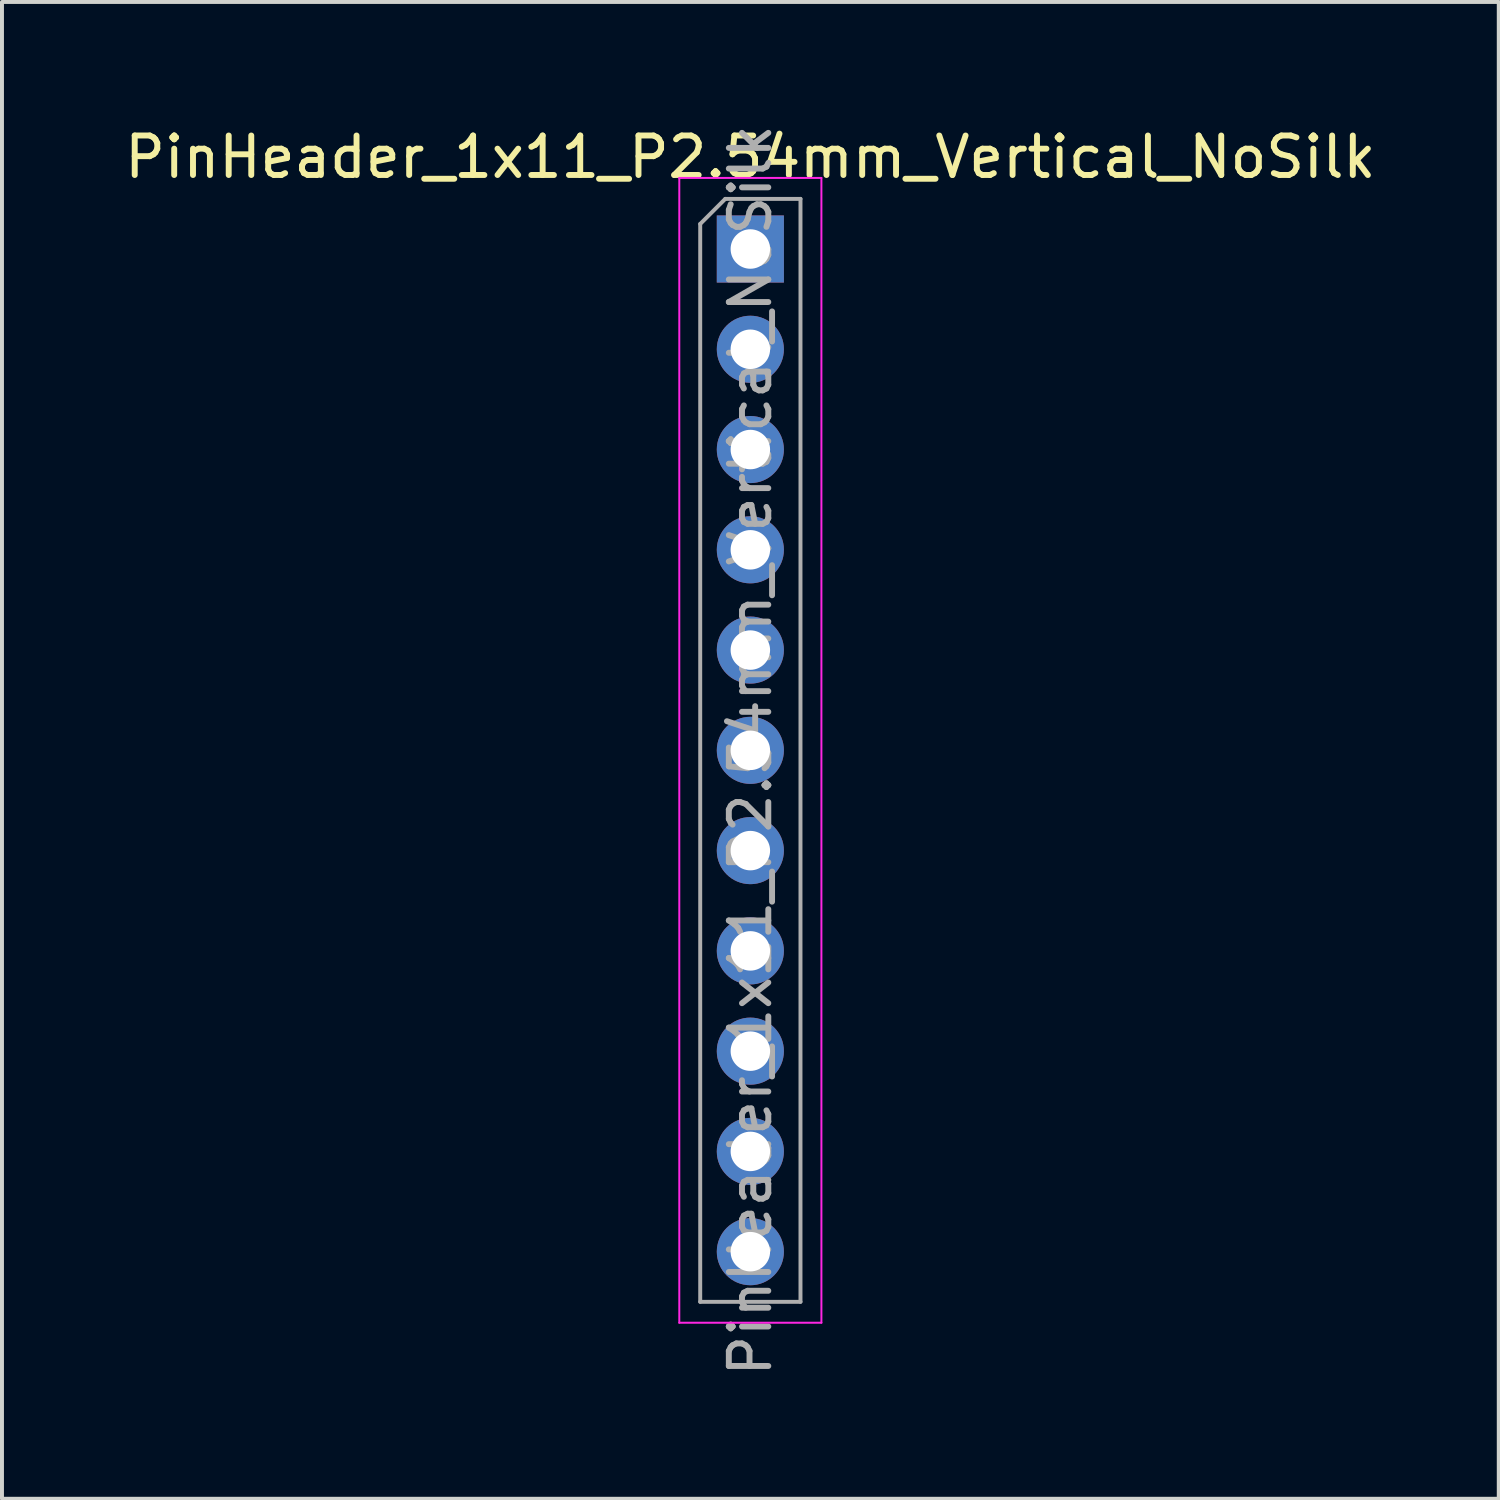
<source format=kicad_pcb>
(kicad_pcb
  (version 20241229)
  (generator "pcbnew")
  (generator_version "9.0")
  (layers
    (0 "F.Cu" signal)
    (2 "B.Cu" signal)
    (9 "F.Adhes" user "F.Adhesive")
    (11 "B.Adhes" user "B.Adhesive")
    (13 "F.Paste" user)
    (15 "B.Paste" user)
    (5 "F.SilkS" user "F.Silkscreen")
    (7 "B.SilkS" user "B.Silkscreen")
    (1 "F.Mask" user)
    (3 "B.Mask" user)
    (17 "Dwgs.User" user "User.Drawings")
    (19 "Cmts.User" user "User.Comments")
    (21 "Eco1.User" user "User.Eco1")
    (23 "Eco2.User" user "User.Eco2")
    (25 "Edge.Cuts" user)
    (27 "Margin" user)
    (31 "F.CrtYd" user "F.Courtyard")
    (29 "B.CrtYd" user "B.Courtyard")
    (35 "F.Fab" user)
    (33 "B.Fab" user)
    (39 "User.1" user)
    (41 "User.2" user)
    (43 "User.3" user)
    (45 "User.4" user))
  (footprint "PinHeader_1x11_P2.54mm_Vertical_NoSilk"
    (layer "F.Cu")
    (at 15.958 3.258)
    (property "Reference" "PinHeader_1x11_P2.54mm_Vertical_NoSilk" (at 0 -2.33 0) (layer "F.SilkS") (effects (font (size 1 1) (thickness 0.15))))
    (attr through_hole)
    (fp_line (start -1.8 -1.8) (end -1.8 27.2) (stroke (width 0.05) (type solid)) (layer "F.CrtYd"))
    (fp_line (start -1.8 27.2) (end 1.8 27.2) (stroke (width 0.05) (type solid)) (layer "F.CrtYd"))
    (fp_line (start 1.8 -1.8) (end -1.8 -1.8) (stroke (width 0.05) (type solid)) (layer "F.CrtYd"))
    (fp_line (start 1.8 27.2) (end 1.8 -1.8) (stroke (width 0.05) (type solid)) (layer "F.CrtYd"))
    (fp_line (start -1.27 -0.635) (end -0.635 -1.27) (stroke (width 0.1) (type solid)) (layer "F.Fab"))
    (fp_line (start -1.27 26.67) (end -1.27 -0.635) (stroke (width 0.1) (type solid)) (layer "F.Fab"))
    (fp_line (start -0.635 -1.27) (end 1.27 -1.27) (stroke (width 0.1) (type solid)) (layer "F.Fab"))
    (fp_line (start 1.27 -1.27) (end 1.27 26.67) (stroke (width 0.1) (type solid)) (layer "F.Fab"))
    (fp_line (start 1.27 26.67) (end -1.27 26.67) (stroke (width 0.1) (type solid)) (layer "F.Fab"))
    (fp_text user "${REFERENCE}" (at 0 12.7 90) (layer "F.Fab") (effects (font (size 1 1) (thickness 0.15))))
    (pad "1" thru_hole rect (at 0 0) (size 1.7 1.7) (drill 1) (layers "*.Cu" "*.Mask"))
    (pad "2" thru_hole oval (at 0 2.54) (size 1.7 1.7) (drill 1) (layers "*.Cu" "*.Mask"))
    (pad "3" thru_hole oval (at 0 5.08) (size 1.7 1.7) (drill 1) (layers "*.Cu" "*.Mask"))
    (pad "4" thru_hole oval (at 0 7.62) (size 1.7 1.7) (drill 1) (layers "*.Cu" "*.Mask"))
    (pad "5" thru_hole oval (at 0 10.16) (size 1.7 1.7) (drill 1) (layers "*.Cu" "*.Mask"))
    (pad "6" thru_hole oval (at 0 12.7) (size 1.7 1.7) (drill 1) (layers "*.Cu" "*.Mask"))
    (pad "7" thru_hole oval (at 0 15.24) (size 1.7 1.7) (drill 1) (layers "*.Cu" "*.Mask"))
    (pad "8" thru_hole oval (at 0 17.78) (size 1.7 1.7) (drill 1) (layers "*.Cu" "*.Mask"))
    (pad "9" thru_hole oval (at 0 20.32) (size 1.7 1.7) (drill 1) (layers "*.Cu" "*.Mask"))
    (pad "10" thru_hole oval (at 0 22.86) (size 1.7 1.7) (drill 1) (layers "*.Cu" "*.Mask"))
    (pad "11" thru_hole oval (at 0 25.4) (size 1.7 1.7) (drill 1) (layers "*.Cu" "*.Mask")))
  (gr_rect
    (start -3 -3)
    (end 34.917 34.917)
    (stroke (width 0.1) (type default))
    (fill no)
    (layer "Edge.Cuts")))
</source>
